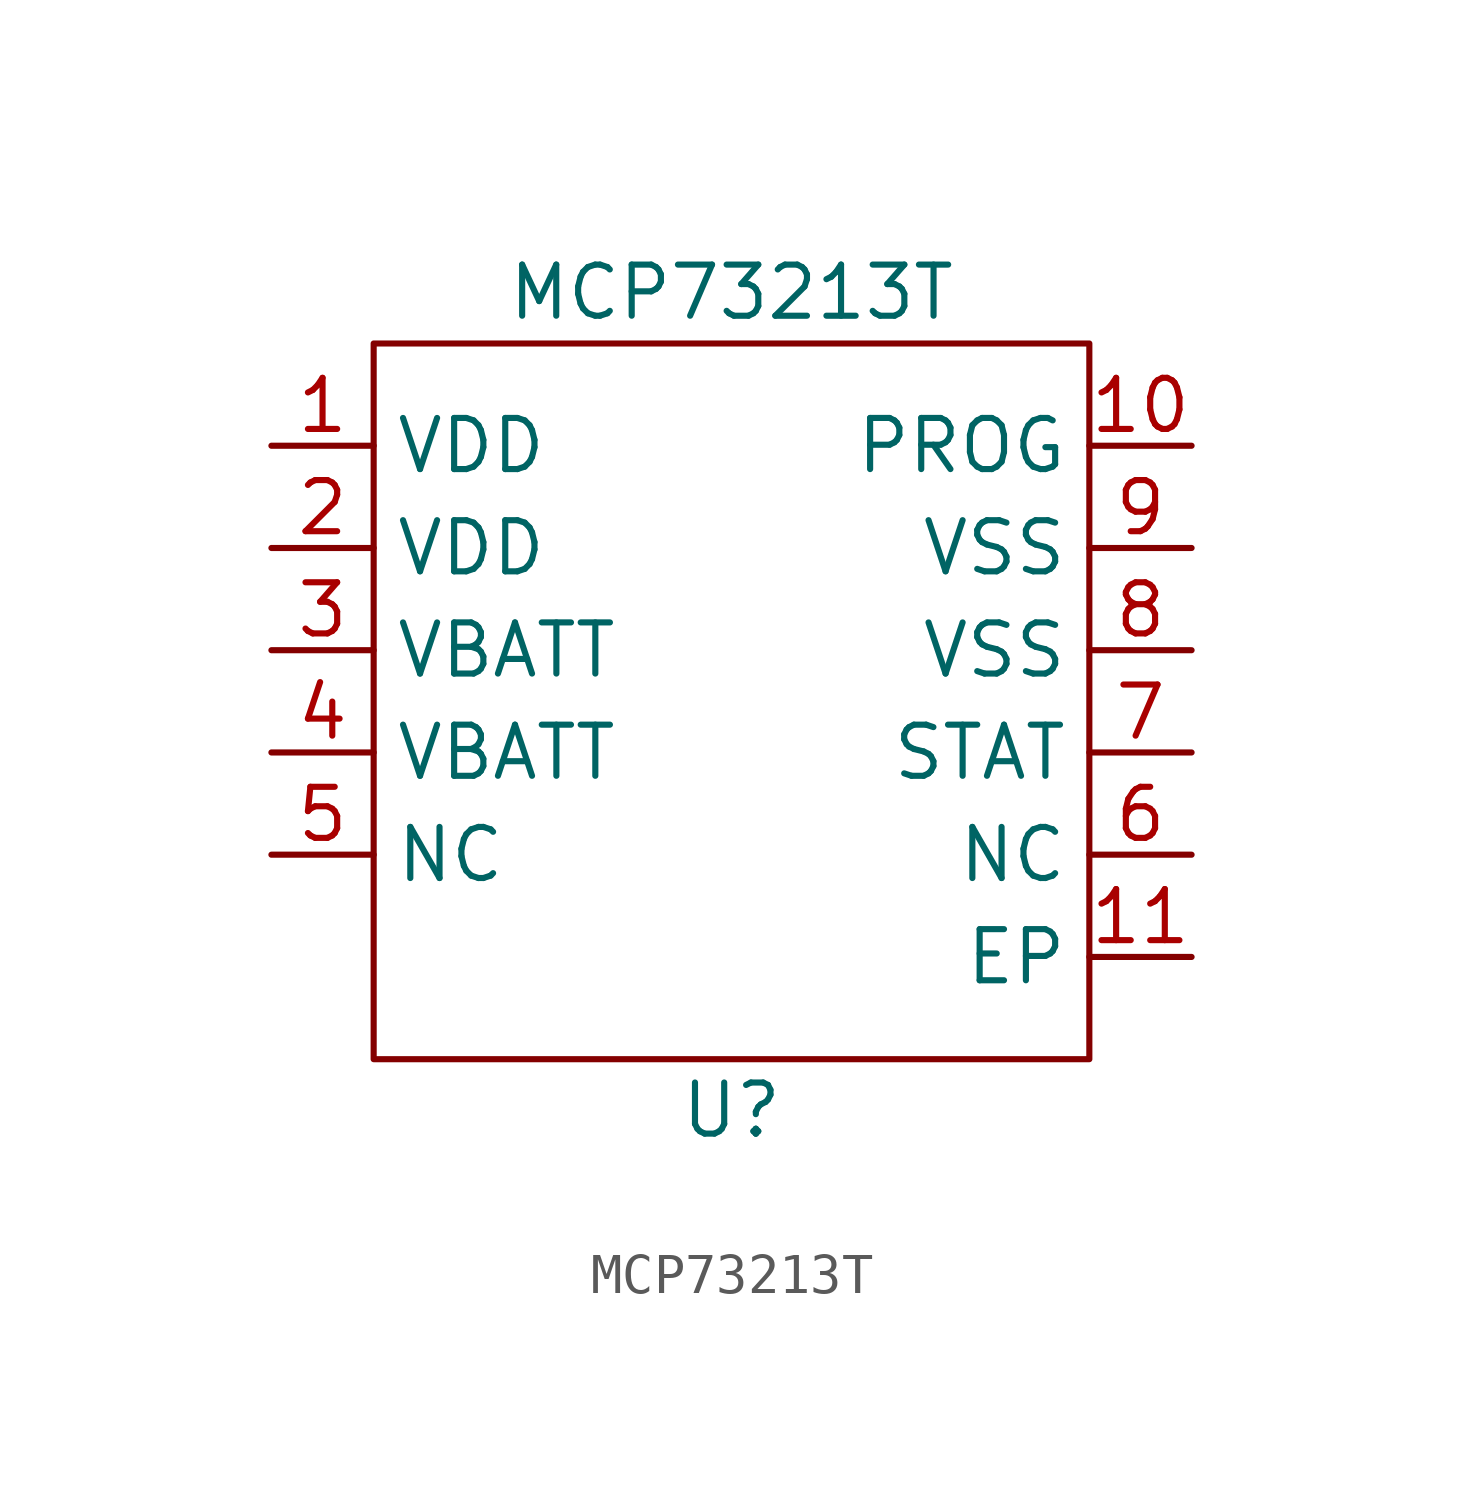
<source format=kicad_sym>
(kicad_symbol_lib
  (version 20211014)
  (generator kicad_symbol_editor)
  (symbol "MCP73213T"
    (property "Reference" "U"
      (at 11.43 -16.51 0)
      (effects (font (size 1.27 1.27))))
    (property "Value" "MCP73213T"
      (at 11.43 3.81 0)
      (effects (font (size 1.27 1.27))))
    (symbol "MCP73213T_0_1"
      (rectangle (start 2.54 2.54) (end 20.32 -15.24) (stroke (width 0.152) (type default) (color 0 0 0 0)) (fill (type none))))
    (symbol "MCP73213T_1_1"
      (pin input line (at 0 0 0) (length 2.54) (name "VDD" (effects (font (size 1.27 1.27)))) (number "1" (effects (font (size 1.27 1.27)))))
      (pin input line (at 22.86 0 180) (length 2.54) (name "PROG" (effects (font (size 1.27 1.27)))) (number "10" (effects (font (size 1.27 1.27)))))
      (pin input line (at 22.86 -12.7 180) (length 2.54) (name "EP" (effects (font (size 1.27 1.27)))) (number "11" (effects (font (size 1.27 1.27)))))
      (pin input line (at 0 -2.54 0) (length 2.54) (name "VDD" (effects (font (size 1.27 1.27)))) (number "2" (effects (font (size 1.27 1.27)))))
      (pin input line (at 0 -5.08 0) (length 2.54) (name "VBATT" (effects (font (size 1.27 1.27)))) (number "3" (effects (font (size 1.27 1.27)))))
      (pin input line (at 0 -7.62 0) (length 2.54) (name "VBATT" (effects (font (size 1.27 1.27)))) (number "4" (effects (font (size 1.27 1.27)))))
      (pin input line (at 0 -10.16 0) (length 2.54) (name "NC" (effects (font (size 1.27 1.27)))) (number "5" (effects (font (size 1.27 1.27)))))
      (pin input line (at 22.86 -10.16 180) (length 2.54) (name "NC" (effects (font (size 1.27 1.27)))) (number "6" (effects (font (size 1.27 1.27)))))
      (pin input line (at 22.86 -7.62 180) (length 2.54) (name "STAT" (effects (font (size 1.27 1.27)))) (number "7" (effects (font (size 1.27 1.27)))))
      (pin input line (at 22.86 -5.08 180) (length 2.54) (name "VSS" (effects (font (size 1.27 1.27)))) (number "8" (effects (font (size 1.27 1.27)))))
      (pin input line (at 22.86 -2.54 180) (length 2.54) (name "VSS" (effects (font (size 1.27 1.27)))) (number "9" (effects (font (size 1.27 1.27))))))))
</source>
